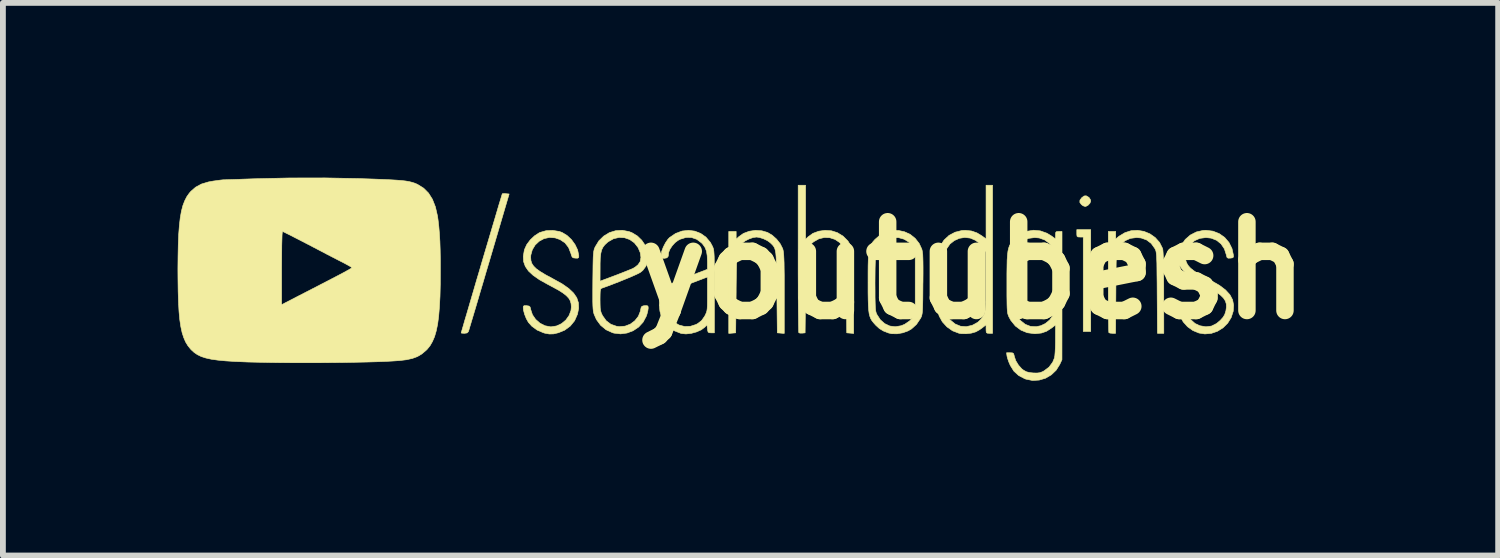
<source format=kicad_pcb>
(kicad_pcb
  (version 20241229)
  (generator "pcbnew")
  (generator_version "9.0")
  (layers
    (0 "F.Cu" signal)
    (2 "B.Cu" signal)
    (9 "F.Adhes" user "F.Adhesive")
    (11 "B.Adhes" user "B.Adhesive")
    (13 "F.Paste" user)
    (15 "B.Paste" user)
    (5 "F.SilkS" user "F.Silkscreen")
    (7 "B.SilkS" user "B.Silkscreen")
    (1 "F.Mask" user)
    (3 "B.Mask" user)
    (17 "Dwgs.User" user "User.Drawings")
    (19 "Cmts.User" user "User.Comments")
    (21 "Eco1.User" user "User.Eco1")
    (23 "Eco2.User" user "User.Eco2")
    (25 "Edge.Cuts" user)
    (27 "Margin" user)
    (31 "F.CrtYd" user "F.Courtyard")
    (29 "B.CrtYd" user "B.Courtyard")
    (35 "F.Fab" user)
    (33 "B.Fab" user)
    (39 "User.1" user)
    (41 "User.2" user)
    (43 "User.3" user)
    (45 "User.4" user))
  (footprint "youtubesh"
    (layer "F.Cu")
    (at 13.643 1.592)
    (property "Reference" "youtubesh" (at 0 0 0) (layer "F.SilkS") (effects (font (size 1.524 1.524) (thickness 0.3))))
    (attr through_hole)
    (fp_poly (pts (xy 2.035 1.049) (xy 1.907 1.049) (xy 1.907 -0.572) (xy 1.852 -0.572) (xy 1.816 -0.574) (xy 1.8 -0.586) (xy 1.796 -0.617) (xy 1.796 -0.636) (xy 1.796 -0.699) (xy 2.035 -0.699) (xy 2.035 1.049)) (stroke (width 0.01) (type solid)) (fill yes) (layer "F.SilkS"))
    (fp_poly (pts (xy 1.959 -1.279) (xy 2.005 -1.252) (xy 2.031 -1.211) (xy 2.035 -1.189) (xy 2.021 -1.152) (xy 1.989 -1.118) (xy 1.951 -1.098) (xy 1.939 -1.097) (xy 1.905 -1.108) (xy 1.876 -1.129) (xy 1.848 -1.167) (xy 1.85 -1.205) (xy 1.881 -1.247) (xy 1.884 -1.249) (xy 1.921 -1.277) (xy 1.956 -1.28) (xy 1.959 -1.279)) (stroke (width 0.01) (type solid)) (fill yes) (layer "F.SilkS"))
    (fp_poly (pts (xy -8.013 -1.317) (xy -8.006 -1.316) (xy -7.951 -1.311) (xy -8.295 -0.143) (xy -8.351 0.044) (xy -8.403 0.222) (xy -8.453 0.389) (xy -8.498 0.543) (xy -8.539 0.681) (xy -8.575 0.801) (xy -8.605 0.901) (xy -8.628 0.977) (xy -8.643 1.029) (xy -8.651 1.052) (xy -8.651 1.053) (xy -8.674 1.075) (xy -8.718 1.081) (xy -8.755 1.079) (xy -8.773 1.076) (xy -8.774 1.075) (xy -8.77 1.058) (xy -8.757 1.014) (xy -8.737 0.945) (xy -8.711 0.854) (xy -8.678 0.744) (xy -8.641 0.618) (xy -8.6 0.478) (xy -8.556 0.328) (xy -8.51 0.17) (xy -8.461 0.006) (xy -8.413 -0.159) (xy -8.364 -0.324) (xy -8.316 -0.485) (xy -8.27 -0.64) (xy -8.227 -0.785) (xy -8.187 -0.919) (xy -8.152 -1.038) (xy -8.122 -1.14) (xy -8.097 -1.221) (xy -8.08 -1.278) (xy -8.07 -1.31) (xy -8.068 -1.315) (xy -8.05 -1.318) (xy -8.013 -1.317)) (stroke (width 0.01) (type solid)) (fill yes) (layer "F.SilkS"))
    (fp_poly (pts (xy -3.611 -0.679) (xy -3.515 -0.651) (xy -3.435 -0.604) (xy -3.359 -0.536) (xy -3.297 -0.457) (xy -3.255 -0.375) (xy -3.251 -0.362) (xy -3.245 -0.337) (xy -3.24 -0.304) (xy -3.236 -0.26) (xy -3.233 -0.202) (xy -3.23 -0.128) (xy -3.229 -0.034) (xy -3.227 0.082) (xy -3.227 0.224) (xy -3.227 0.395) (xy -3.227 1.083) (xy -3.286 1.078) (xy -3.346 1.073) (xy -3.354 0.374) (xy -3.356 0.201) (xy -3.358 0.057) (xy -3.36 -0.062) (xy -3.363 -0.157) (xy -3.367 -0.233) (xy -3.372 -0.292) (xy -3.38 -0.338) (xy -3.389 -0.373) (xy -3.402 -0.4) (xy -3.417 -0.423) (xy -3.436 -0.444) (xy -3.46 -0.467) (xy -3.467 -0.474) (xy -3.518 -0.511) (xy -3.585 -0.543) (xy -3.654 -0.565) (xy -3.704 -0.572) (xy -3.764 -0.563) (xy -3.834 -0.538) (xy -3.899 -0.505) (xy -3.94 -0.474) (xy -3.964 -0.45) (xy -3.984 -0.429) (xy -4.001 -0.407) (xy -4.014 -0.381) (xy -4.025 -0.349) (xy -4.033 -0.307) (xy -4.039 -0.252) (xy -4.043 -0.182) (xy -4.046 -0.092) (xy -4.049 0.019) (xy -4.051 0.155) (xy -4.053 0.318) (xy -4.053 0.374) (xy -4.061 1.073) (xy -4.121 1.078) (xy -4.18 1.083) (xy -4.18 -0.668) (xy -4.053 -0.668) (xy -4.053 -0.534) (xy -4.009 -0.576) (xy -3.928 -0.634) (xy -3.829 -0.671) (xy -3.72 -0.687) (xy -3.611 -0.679)) (stroke (width 0.01) (type solid)) (fill yes) (layer "F.SilkS"))
    (fp_poly (pts (xy -2.861 -0.534) (xy -2.817 -0.576) (xy -2.735 -0.635) (xy -2.635 -0.672) (xy -2.526 -0.687) (xy -2.416 -0.679) (xy -2.315 -0.647) (xy -2.216 -0.586) (xy -2.134 -0.504) (xy -2.076 -0.409) (xy -2.067 -0.388) (xy -2.059 -0.365) (xy -2.053 -0.342) (xy -2.047 -0.315) (xy -2.043 -0.281) (xy -2.04 -0.236) (xy -2.038 -0.178) (xy -2.036 -0.103) (xy -2.035 -0.008) (xy -2.035 0.109) (xy -2.035 0.253) (xy -2.035 0.391) (xy -2.035 1.083) (xy -2.094 1.078) (xy -2.154 1.073) (xy -2.162 0.374) (xy -2.17 -0.326) (xy -2.214 -0.401) (xy -2.276 -0.478) (xy -2.355 -0.531) (xy -2.444 -0.56) (xy -2.539 -0.564) (xy -2.632 -0.542) (xy -2.719 -0.493) (xy -2.733 -0.482) (xy -2.761 -0.458) (xy -2.784 -0.437) (xy -2.803 -0.416) (xy -2.818 -0.391) (xy -2.83 -0.359) (xy -2.839 -0.318) (xy -2.846 -0.264) (xy -2.85 -0.195) (xy -2.854 -0.107) (xy -2.856 0.002) (xy -2.858 0.136) (xy -2.86 0.297) (xy -2.861 0.374) (xy -2.869 1.073) (xy -2.917 1.078) (xy -2.955 1.078) (xy -2.977 1.071) (xy -2.979 1.054) (xy -2.98 1.007) (xy -2.982 0.933) (xy -2.983 0.835) (xy -2.985 0.715) (xy -2.986 0.575) (xy -2.987 0.418) (xy -2.987 0.246) (xy -2.988 0.061) (xy -2.988 -0.134) (xy -2.988 -0.201) (xy -2.988 -1.462) (xy -2.861 -1.462) (xy -2.861 -0.534)) (stroke (width 0.01) (type solid)) (fill yes) (layer "F.SilkS"))
    (fp_poly (pts (xy 2.949 -0.669) (xy 3.051 -0.627) (xy 3.142 -0.563) (xy 3.217 -0.479) (xy 3.269 -0.376) (xy 3.274 -0.351) (xy 3.278 -0.302) (xy 3.282 -0.228) (xy 3.285 -0.129) (xy 3.287 -0.003) (xy 3.288 0.152) (xy 3.289 0.338) (xy 3.289 0.378) (xy 3.29 1.081) (xy 3.181 1.081) (xy 3.176 0.385) (xy 3.175 0.218) (xy 3.173 0.08) (xy 3.172 -0.032) (xy 3.171 -0.122) (xy 3.168 -0.192) (xy 3.166 -0.246) (xy 3.162 -0.286) (xy 3.158 -0.316) (xy 3.153 -0.338) (xy 3.146 -0.355) (xy 3.138 -0.371) (xy 3.137 -0.374) (xy 3.074 -0.462) (xy 2.995 -0.522) (xy 2.9 -0.556) (xy 2.821 -0.563) (xy 2.715 -0.549) (xy 2.624 -0.508) (xy 2.549 -0.44) (xy 2.506 -0.374) (xy 2.498 -0.357) (xy 2.491 -0.34) (xy 2.485 -0.319) (xy 2.481 -0.291) (xy 2.477 -0.252) (xy 2.475 -0.201) (xy 2.472 -0.133) (xy 2.471 -0.046) (xy 2.469 0.063) (xy 2.468 0.198) (xy 2.467 0.361) (xy 2.467 0.385) (xy 2.462 1.081) (xy 2.41 1.081) (xy 2.371 1.078) (xy 2.348 1.071) (xy 2.347 1.07) (xy 2.345 1.053) (xy 2.343 1.006) (xy 2.342 0.934) (xy 2.34 0.839) (xy 2.339 0.724) (xy 2.338 0.591) (xy 2.337 0.445) (xy 2.337 0.287) (xy 2.337 0.196) (xy 2.337 -0.668) (xy 2.464 -0.668) (xy 2.464 -0.539) (xy 2.523 -0.587) (xy 2.623 -0.647) (xy 2.73 -0.681) (xy 2.84 -0.687) (xy 2.949 -0.669)) (stroke (width 0.01) (type solid)) (fill yes) (layer "F.SilkS"))
    (fp_poly (pts (xy 0.35 1.081) (xy 0.294 1.081) (xy 0.26 1.079) (xy 0.244 1.069) (xy 0.239 1.042) (xy 0.238 1.008) (xy 0.238 0.935) (xy 0.176 0.984) (xy 0.126 1.02) (xy 0.074 1.049) (xy 0.058 1.057) (xy -0.015 1.078) (xy -0.101 1.088) (xy -0.185 1.087) (xy -0.227 1.08) (xy -0.337 1.038) (xy -0.434 0.97) (xy -0.513 0.883) (xy -0.566 0.786) (xy -0.574 0.762) (xy -0.581 0.735) (xy -0.586 0.703) (xy -0.59 0.66) (xy -0.593 0.604) (xy -0.594 0.531) (xy -0.595 0.436) (xy -0.596 0.317) (xy -0.596 0.191) (xy -0.596 0.185) (xy -0.477 0.185) (xy -0.477 0.301) (xy -0.476 0.414) (xy -0.473 0.517) (xy -0.47 0.605) (xy -0.466 0.673) (xy -0.461 0.716) (xy -0.459 0.722) (xy -0.439 0.768) (xy -0.403 0.821) (xy -0.376 0.853) (xy -0.293 0.921) (xy -0.201 0.959) (xy -0.103 0.967) (xy -0.004 0.945) (xy 0.016 0.936) (xy 0.097 0.891) (xy 0.157 0.833) (xy 0.196 0.771) (xy 0.206 0.752) (xy 0.213 0.733) (xy 0.219 0.708) (xy 0.223 0.676) (xy 0.226 0.631) (xy 0.229 0.572) (xy 0.23 0.492) (xy 0.23 0.39) (xy 0.23 0.262) (xy 0.23 0.197) (xy 0.23 -0.312) (xy 0.182 -0.39) (xy 0.121 -0.465) (xy 0.056 -0.516) (xy -0.033 -0.554) (xy -0.128 -0.565) (xy -0.221 -0.55) (xy -0.308 -0.511) (xy -0.382 -0.452) (xy -0.437 -0.373) (xy -0.459 -0.319) (xy -0.464 -0.284) (xy -0.469 -0.223) (xy -0.472 -0.14) (xy -0.475 -0.041) (xy -0.476 0.069) (xy -0.477 0.185) (xy -0.596 0.185) (xy -0.596 -0.326) (xy -0.551 -0.417) (xy -0.484 -0.519) (xy -0.397 -0.6) (xy -0.293 -0.655) (xy -0.177 -0.684) (xy -0.117 -0.687) (xy -0.013 -0.676) (xy 0.08 -0.644) (xy 0.163 -0.594) (xy 0.238 -0.54) (xy 0.238 -1.462) (xy 0.35 -1.462) (xy 0.35 1.081)) (stroke (width 0.01) (type solid)) (fill yes) (layer "F.SilkS"))
    (fp_poly (pts (xy 4.133 -0.673) (xy 4.241 -0.631) (xy 4.335 -0.565) (xy 4.409 -0.478) (xy 4.461 -0.373) (xy 4.485 -0.262) (xy 4.486 -0.23) (xy 4.472 -0.216) (xy 4.436 -0.21) (xy 4.433 -0.21) (xy 4.395 -0.209) (xy 4.376 -0.22) (xy 4.366 -0.253) (xy 4.364 -0.265) (xy 4.33 -0.37) (xy 4.273 -0.454) (xy 4.197 -0.516) (xy 4.103 -0.553) (xy 4.013 -0.563) (xy 3.907 -0.549) (xy 3.816 -0.508) (xy 3.744 -0.442) (xy 3.691 -0.354) (xy 3.664 -0.258) (xy 3.661 -0.205) (xy 3.672 -0.155) (xy 3.688 -0.117) (xy 3.713 -0.077) (xy 3.75 -0.037) (xy 3.803 0.005) (xy 3.873 0.052) (xy 3.967 0.105) (xy 4.085 0.168) (xy 4.112 0.181) (xy 4.246 0.258) (xy 4.35 0.337) (xy 4.425 0.419) (xy 4.471 0.506) (xy 4.489 0.599) (xy 4.482 0.701) (xy 4.482 0.702) (xy 4.446 0.812) (xy 4.386 0.908) (xy 4.306 0.987) (xy 4.211 1.046) (xy 4.106 1.082) (xy 3.995 1.092) (xy 3.893 1.076) (xy 3.789 1.033) (xy 3.698 0.968) (xy 3.624 0.886) (xy 3.572 0.793) (xy 3.547 0.694) (xy 3.545 0.657) (xy 3.547 0.621) (xy 3.562 0.607) (xy 3.598 0.604) (xy 3.634 0.607) (xy 3.652 0.623) (xy 3.663 0.66) (xy 3.663 0.663) (xy 3.696 0.761) (xy 3.752 0.846) (xy 3.826 0.912) (xy 3.909 0.951) (xy 4.013 0.969) (xy 4.108 0.957) (xy 4.196 0.913) (xy 4.26 0.859) (xy 4.307 0.807) (xy 4.336 0.759) (xy 4.354 0.702) (xy 4.356 0.696) (xy 4.365 0.633) (xy 4.363 0.577) (xy 4.347 0.525) (xy 4.314 0.475) (xy 4.263 0.425) (xy 4.19 0.371) (xy 4.093 0.312) (xy 3.97 0.245) (xy 3.897 0.206) (xy 3.797 0.148) (xy 3.707 0.082) (xy 3.633 0.015) (xy 3.582 -0.05) (xy 3.569 -0.073) (xy 3.55 -0.141) (xy 3.545 -0.226) (xy 3.555 -0.316) (xy 3.578 -0.401) (xy 3.593 -0.435) (xy 3.658 -0.53) (xy 3.745 -0.606) (xy 3.848 -0.659) (xy 3.963 -0.685) (xy 4.013 -0.688) (xy 4.133 -0.673)) (stroke (width 0.01) (type solid)) (fill yes) (layer "F.SilkS"))
    (fp_poly (pts (xy -7.091 -0.668) (xy -7.043 -0.651) (xy -6.958 -0.6) (xy -6.881 -0.528) (xy -6.819 -0.442) (xy -6.775 -0.35) (xy -6.756 -0.258) (xy -6.755 -0.243) (xy -6.759 -0.218) (xy -6.776 -0.209) (xy -6.813 -0.21) (xy -6.849 -0.215) (xy -6.869 -0.229) (xy -6.882 -0.261) (xy -6.89 -0.289) (xy -6.93 -0.392) (xy -6.992 -0.472) (xy -7.076 -0.528) (xy -7.162 -0.558) (xy -7.259 -0.565) (xy -7.352 -0.545) (xy -7.435 -0.5) (xy -7.504 -0.435) (xy -7.553 -0.354) (xy -7.579 -0.261) (xy -7.581 -0.223) (xy -7.577 -0.168) (xy -7.562 -0.12) (xy -7.532 -0.074) (xy -7.486 -0.028) (xy -7.419 0.02) (xy -7.33 0.074) (xy -7.215 0.136) (xy -7.18 0.155) (xy -7.038 0.234) (xy -6.927 0.312) (xy -6.844 0.391) (xy -6.789 0.472) (xy -6.761 0.558) (xy -6.757 0.65) (xy -6.777 0.751) (xy -6.778 0.754) (xy -6.827 0.865) (xy -6.901 0.956) (xy -6.997 1.027) (xy -7.104 1.071) (xy -7.188 1.091) (xy -7.261 1.093) (xy -7.338 1.079) (xy -7.366 1.07) (xy -7.471 1.025) (xy -7.561 0.959) (xy -7.62 0.893) (xy -7.656 0.829) (xy -7.686 0.754) (xy -7.705 0.681) (xy -7.709 0.64) (xy -7.706 0.615) (xy -7.689 0.606) (xy -7.65 0.607) (xy -7.65 0.607) (xy -7.61 0.613) (xy -7.591 0.63) (xy -7.581 0.667) (xy -7.581 0.671) (xy -7.551 0.762) (xy -7.496 0.842) (xy -7.422 0.907) (xy -7.336 0.951) (xy -7.242 0.969) (xy -7.232 0.97) (xy -7.138 0.955) (xy -7.051 0.915) (xy -6.977 0.853) (xy -6.922 0.776) (xy -6.889 0.689) (xy -6.883 0.629) (xy -6.887 0.573) (xy -6.901 0.523) (xy -6.928 0.477) (xy -6.971 0.432) (xy -7.032 0.385) (xy -7.116 0.333) (xy -7.225 0.274) (xy -7.287 0.241) (xy -7.427 0.163) (xy -7.537 0.087) (xy -7.619 0.011) (xy -7.673 -0.067) (xy -7.703 -0.151) (xy -7.708 -0.241) (xy -7.691 -0.341) (xy -7.685 -0.362) (xy -7.648 -0.443) (xy -7.588 -0.523) (xy -7.514 -0.593) (xy -7.434 -0.645) (xy -7.421 -0.651) (xy -7.316 -0.681) (xy -7.202 -0.686) (xy -7.091 -0.668)) (stroke (width 0.01) (type solid)) (fill yes) (layer "F.SilkS"))
    (fp_poly (pts (xy -1.162 -0.662) (xy -1.064 -0.617) (xy -0.979 -0.549) (xy -0.91 -0.461) (xy -0.866 -0.366) (xy -0.859 -0.34) (xy -0.854 -0.309) (xy -0.849 -0.269) (xy -0.847 -0.216) (xy -0.845 -0.147) (xy -0.844 -0.057) (xy -0.844 0.056) (xy -0.845 0.196) (xy -0.846 0.233) (xy -0.847 0.376) (xy -0.848 0.491) (xy -0.85 0.581) (xy -0.852 0.65) (xy -0.855 0.702) (xy -0.859 0.74) (xy -0.865 0.769) (xy -0.871 0.791) (xy -0.88 0.81) (xy -0.886 0.822) (xy -0.957 0.928) (xy -1.043 1.006) (xy -1.102 1.04) (xy -1.191 1.072) (xy -1.288 1.089) (xy -1.381 1.088) (xy -1.438 1.075) (xy -1.525 1.041) (xy -1.594 0.999) (xy -1.656 0.942) (xy -1.663 0.934) (xy -1.695 0.898) (xy -1.722 0.864) (xy -1.742 0.829) (xy -1.758 0.788) (xy -1.77 0.739) (xy -1.778 0.677) (xy -1.783 0.599) (xy -1.786 0.501) (xy -1.788 0.379) (xy -1.788 0.229) (xy -1.788 0.215) (xy -1.669 0.215) (xy -1.668 0.352) (xy -1.668 0.461) (xy -1.666 0.546) (xy -1.664 0.611) (xy -1.661 0.659) (xy -1.657 0.694) (xy -1.651 0.721) (xy -1.643 0.743) (xy -1.638 0.755) (xy -1.578 0.848) (xy -1.502 0.915) (xy -1.415 0.956) (xy -1.319 0.968) (xy -1.219 0.951) (xy -1.159 0.926) (xy -1.073 0.867) (xy -1.025 0.813) (xy -0.978 0.744) (xy -0.978 -0.344) (xy -1.021 -0.41) (xy -1.088 -0.485) (xy -1.17 -0.535) (xy -1.262 -0.561) (xy -1.357 -0.562) (xy -1.45 -0.537) (xy -1.536 -0.486) (xy -1.586 -0.438) (xy -1.621 -0.39) (xy -1.647 -0.336) (xy -1.652 -0.322) (xy -1.657 -0.289) (xy -1.661 -0.226) (xy -1.664 -0.139) (xy -1.667 -0.03) (xy -1.668 0.097) (xy -1.669 0.215) (xy -1.788 0.215) (xy -1.788 0.199) (xy -1.788 0.044) (xy -1.787 -0.083) (xy -1.784 -0.185) (xy -1.779 -0.266) (xy -1.772 -0.33) (xy -1.761 -0.381) (xy -1.747 -0.423) (xy -1.728 -0.458) (xy -1.704 -0.491) (xy -1.674 -0.525) (xy -1.672 -0.528) (xy -1.582 -0.606) (xy -1.482 -0.658) (xy -1.375 -0.683) (xy -1.267 -0.685) (xy -1.162 -0.662)) (stroke (width 0.01) (type solid)) (fill yes) (layer "F.SilkS"))
    (fp_poly (pts (xy -5.894 -0.666) (xy -5.843 -0.647) (xy -5.749 -0.59) (xy -5.674 -0.517) (xy -5.617 -0.433) (xy -5.581 -0.341) (xy -5.565 -0.248) (xy -5.572 -0.156) (xy -5.602 -0.072) (xy -5.656 0.001) (xy -5.698 0.035) (xy -5.731 0.053) (xy -5.789 0.08) (xy -5.866 0.114) (xy -5.958 0.152) (xy -6.059 0.193) (xy -6.165 0.234) (xy -6.27 0.274) (xy -6.362 0.307) (xy -6.374 0.315) (xy -6.382 0.332) (xy -6.387 0.363) (xy -6.389 0.414) (xy -6.39 0.491) (xy -6.39 0.506) (xy -6.389 0.589) (xy -6.387 0.648) (xy -6.381 0.691) (xy -6.371 0.726) (xy -6.355 0.762) (xy -6.345 0.781) (xy -6.284 0.866) (xy -6.204 0.926) (xy -6.107 0.96) (xy -6.059 0.966) (xy -5.96 0.958) (xy -5.869 0.923) (xy -5.792 0.865) (xy -5.732 0.789) (xy -5.697 0.7) (xy -5.694 0.683) (xy -5.685 0.639) (xy -5.671 0.618) (xy -5.645 0.609) (xy -5.622 0.607) (xy -5.584 0.606) (xy -5.567 0.615) (xy -5.563 0.642) (xy -5.563 0.65) (xy -5.569 0.692) (xy -5.583 0.748) (xy -5.597 0.789) (xy -5.651 0.89) (xy -5.727 0.973) (xy -5.821 1.036) (xy -5.926 1.076) (xy -6.037 1.091) (xy -6.15 1.078) (xy -6.175 1.071) (xy -6.287 1.02) (xy -6.38 0.943) (xy -6.452 0.845) (xy -6.492 0.754) (xy -6.5 0.727) (xy -6.506 0.696) (xy -6.51 0.656) (xy -6.513 0.604) (xy -6.515 0.535) (xy -6.515 0.447) (xy -6.515 0.335) (xy -6.514 0.195) (xy -6.514 0.186) (xy -6.39 0.186) (xy -6.123 0.086) (xy -6.035 0.052) (xy -5.954 0.02) (xy -5.887 -0.007) (xy -5.84 -0.026) (xy -5.819 -0.036) (xy -5.781 -0.06) (xy -5.74 -0.094) (xy -5.736 -0.098) (xy -5.7 -0.152) (xy -5.688 -0.222) (xy -5.699 -0.302) (xy -5.735 -0.387) (xy -5.738 -0.393) (xy -5.801 -0.473) (xy -5.88 -0.529) (xy -5.969 -0.56) (xy -6.064 -0.565) (xy -6.159 -0.543) (xy -6.247 -0.493) (xy -6.264 -0.48) (xy -6.308 -0.439) (xy -6.34 -0.397) (xy -6.363 -0.35) (xy -6.377 -0.291) (xy -6.386 -0.215) (xy -6.389 -0.116) (xy -6.389 -0.054) (xy -6.39 0.186) (xy -6.514 0.186) (xy -6.514 0.174) (xy -6.512 0.034) (xy -6.511 -0.077) (xy -6.509 -0.165) (xy -6.507 -0.232) (xy -6.503 -0.283) (xy -6.499 -0.321) (xy -6.493 -0.35) (xy -6.486 -0.374) (xy -6.476 -0.397) (xy -6.472 -0.405) (xy -6.409 -0.508) (xy -6.326 -0.589) (xy -6.229 -0.648) (xy -6.121 -0.681) (xy -6.008 -0.688) (xy -5.894 -0.666)) (stroke (width 0.01) (type solid)) (fill yes) (layer "F.SilkS"))
    (fp_poly (pts (xy -4.762 -0.673) (xy -4.661 -0.633) (xy -4.571 -0.569) (xy -4.496 -0.48) (xy -4.461 -0.415) (xy -4.453 -0.397) (xy -4.446 -0.378) (xy -4.44 -0.355) (xy -4.436 -0.326) (xy -4.433 -0.287) (xy -4.43 -0.235) (xy -4.429 -0.167) (xy -4.428 -0.08) (xy -4.427 0.028) (xy -4.427 0.162) (xy -4.427 0.323) (xy -4.427 0.366) (xy -4.427 1.073) (xy -4.482 1.073) (xy -4.517 1.071) (xy -4.535 1.059) (xy -4.543 1.029) (xy -4.546 1.004) (xy -4.554 0.935) (xy -4.591 0.975) (xy -4.652 1.021) (xy -4.733 1.057) (xy -4.824 1.082) (xy -4.915 1.092) (xy -4.995 1.084) (xy -4.999 1.083) (xy -5.118 1.036) (xy -5.217 0.967) (xy -5.293 0.878) (xy -5.339 0.789) (xy -5.362 0.7) (xy -5.372 0.601) (xy -5.37 0.523) (xy -5.243 0.523) (xy -5.243 0.597) (xy -5.243 0.604) (xy -5.239 0.675) (xy -5.232 0.725) (xy -5.22 0.762) (xy -5.2 0.797) (xy -5.19 0.813) (xy -5.119 0.889) (xy -5.034 0.939) (xy -4.938 0.964) (xy -4.839 0.961) (xy -4.743 0.93) (xy -4.711 0.913) (xy -4.646 0.862) (xy -4.598 0.794) (xy -4.59 0.781) (xy -4.575 0.75) (xy -4.563 0.722) (xy -4.555 0.693) (xy -4.55 0.655) (xy -4.547 0.604) (xy -4.546 0.534) (xy -4.546 0.44) (xy -4.546 0.405) (xy -4.546 0.114) (xy -4.808 0.214) (xy -4.939 0.266) (xy -5.043 0.31) (xy -5.121 0.347) (xy -5.177 0.38) (xy -5.213 0.409) (xy -5.231 0.431) (xy -5.239 0.465) (xy -5.243 0.523) (xy -5.37 0.523) (xy -5.37 0.503) (xy -5.353 0.418) (xy -5.342 0.388) (xy -5.326 0.356) (xy -5.306 0.327) (xy -5.281 0.3) (xy -5.246 0.274) (xy -5.198 0.246) (xy -5.136 0.215) (xy -5.054 0.18) (xy -4.952 0.138) (xy -4.825 0.089) (xy -4.701 0.041) (xy -4.546 -0.018) (xy -4.546 -0.148) (xy -4.55 -0.25) (xy -4.562 -0.328) (xy -4.586 -0.391) (xy -4.623 -0.445) (xy -4.647 -0.471) (xy -4.729 -0.533) (xy -4.819 -0.564) (xy -4.914 -0.565) (xy -5.012 -0.535) (xy -5.052 -0.514) (xy -5.102 -0.476) (xy -5.15 -0.423) (xy -5.188 -0.366) (xy -5.21 -0.314) (xy -5.214 -0.292) (xy -5.22 -0.241) (xy -5.242 -0.215) (xy -5.284 -0.207) (xy -5.287 -0.207) (xy -5.322 -0.209) (xy -5.337 -0.222) (xy -5.341 -0.254) (xy -5.341 -0.268) (xy -5.331 -0.327) (xy -5.304 -0.399) (xy -5.267 -0.471) (xy -5.224 -0.534) (xy -5.193 -0.566) (xy -5.09 -0.635) (xy -4.981 -0.675) (xy -4.87 -0.687) (xy -4.762 -0.673)) (stroke (width 0.01) (type solid)) (fill yes) (layer "F.SilkS"))
    (fp_poly (pts (xy 1.169 -0.678) (xy 1.282 -0.638) (xy 1.355 -0.594) (xy 1.431 -0.54) (xy 1.431 -0.604) (xy 1.432 -0.645) (xy 1.443 -0.663) (xy 1.47 -0.667) (xy 1.486 -0.668) (xy 1.542 -0.668) (xy 1.542 0.433) (xy 1.541 1.534) (xy 1.503 1.616) (xy 1.441 1.715) (xy 1.357 1.795) (xy 1.259 1.852) (xy 1.15 1.884) (xy 1.036 1.891) (xy 0.923 1.868) (xy 0.903 1.861) (xy 0.797 1.805) (xy 0.715 1.73) (xy 0.654 1.632) (xy 0.628 1.572) (xy 0.608 1.513) (xy 0.598 1.474) (xy 0.59 1.415) (xy 0.651 1.415) (xy 0.691 1.417) (xy 0.71 1.429) (xy 0.72 1.461) (xy 0.723 1.477) (xy 0.748 1.551) (xy 0.794 1.627) (xy 0.852 1.692) (xy 0.884 1.716) (xy 0.932 1.742) (xy 0.99 1.756) (xy 1.05 1.762) (xy 1.114 1.763) (xy 1.16 1.758) (xy 1.204 1.742) (xy 1.234 1.726) (xy 1.319 1.662) (xy 1.382 1.578) (xy 1.413 1.502) (xy 1.419 1.464) (xy 1.424 1.401) (xy 1.428 1.322) (xy 1.43 1.232) (xy 1.43 1.188) (xy 1.431 0.938) (xy 1.36 0.992) (xy 1.276 1.046) (xy 1.19 1.076) (xy 1.091 1.087) (xy 1.065 1.087) (xy 0.945 1.071) (xy 0.836 1.026) (xy 0.741 0.955) (xy 0.664 0.86) (xy 0.63 0.798) (xy 0.621 0.776) (xy 0.613 0.753) (xy 0.607 0.727) (xy 0.603 0.692) (xy 0.6 0.646) (xy 0.598 0.584) (xy 0.597 0.503) (xy 0.596 0.431) (xy 0.716 0.431) (xy 0.718 0.533) (xy 0.722 0.614) (xy 0.73 0.677) (xy 0.74 0.727) (xy 0.755 0.767) (xy 0.775 0.801) (xy 0.799 0.831) (xy 0.827 0.86) (xy 0.911 0.927) (xy 1.001 0.962) (xy 1.099 0.967) (xy 1.177 0.951) (xy 1.257 0.913) (xy 1.33 0.852) (xy 1.385 0.777) (xy 1.387 0.773) (xy 1.397 0.754) (xy 1.405 0.734) (xy 1.411 0.711) (xy 1.415 0.679) (xy 1.418 0.636) (xy 1.421 0.578) (xy 1.422 0.501) (xy 1.422 0.401) (xy 1.423 0.275) (xy 1.423 0.199) (xy 1.423 0.058) (xy 1.422 -0.055) (xy 1.421 -0.143) (xy 1.42 -0.211) (xy 1.417 -0.261) (xy 1.413 -0.299) (xy 1.408 -0.326) (xy 1.401 -0.347) (xy 1.393 -0.366) (xy 1.388 -0.374) (xy 1.325 -0.462) (xy 1.246 -0.522) (xy 1.151 -0.556) (xy 1.073 -0.563) (xy 0.966 -0.549) (xy 0.875 -0.508) (xy 0.801 -0.44) (xy 0.757 -0.374) (xy 0.747 -0.354) (xy 0.74 -0.332) (xy 0.734 -0.305) (xy 0.729 -0.27) (xy 0.725 -0.22) (xy 0.723 -0.154) (xy 0.721 -0.067) (xy 0.719 0.045) (xy 0.718 0.151) (xy 0.717 0.305) (xy 0.716 0.431) (xy 0.596 0.431) (xy 0.596 0.399) (xy 0.596 0.268) (xy 0.596 0.215) (xy 0.596 0.057) (xy 0.598 -0.073) (xy 0.6 -0.178) (xy 0.606 -0.262) (xy 0.614 -0.33) (xy 0.626 -0.383) (xy 0.642 -0.427) (xy 0.663 -0.464) (xy 0.69 -0.499) (xy 0.723 -0.535) (xy 0.738 -0.549) (xy 0.834 -0.625) (xy 0.941 -0.671) (xy 1.054 -0.689) (xy 1.169 -0.678)) (stroke (width 0.01) (type solid)) (fill yes) (layer "F.SilkS"))
    (fp_poly (pts (xy -10.494 -1.575) (xy -10.451 -1.573) (xy -10.269 -1.567) (xy -10.116 -1.561) (xy -9.988 -1.555) (xy -9.883 -1.549) (xy -9.796 -1.542) (xy -9.726 -1.534) (xy -9.668 -1.524) (xy -9.62 -1.512) (xy -9.578 -1.499) (xy -9.539 -1.483) (xy -9.522 -1.475) (xy -9.419 -1.411) (xy -9.335 -1.327) (xy -9.268 -1.22) (xy -9.217 -1.09) (xy -9.181 -0.933) (xy -9.171 -0.864) (xy -9.158 -0.75) (xy -9.148 -0.63) (xy -9.14 -0.498) (xy -9.135 -0.35) (xy -9.132 -0.18) (xy -9.132 0) (xy -9.133 0.239) (xy -9.138 0.448) (xy -9.148 0.631) (xy -9.161 0.789) (xy -9.179 0.925) (xy -9.203 1.041) (xy -9.232 1.14) (xy -9.268 1.223) (xy -9.309 1.294) (xy -9.358 1.355) (xy -9.381 1.377) (xy -9.451 1.436) (xy -9.525 1.48) (xy -9.611 1.512) (xy -9.716 1.535) (xy -9.832 1.549) (xy -9.932 1.556) (xy -10.059 1.563) (xy -10.211 1.569) (xy -10.383 1.574) (xy -10.573 1.578) (xy -10.776 1.582) (xy -10.989 1.584) (xy -11.207 1.586) (xy -11.428 1.586) (xy -11.648 1.586) (xy -11.862 1.585) (xy -12.068 1.582) (xy -12.262 1.578) (xy -12.439 1.574) (xy -12.462 1.573) (xy -12.652 1.565) (xy -12.814 1.555) (xy -12.95 1.542) (xy -13.064 1.526) (xy -13.159 1.505) (xy -13.237 1.48) (xy -13.303 1.448) (xy -13.359 1.41) (xy -13.409 1.364) (xy -13.422 1.35) (xy -13.467 1.294) (xy -13.506 1.23) (xy -13.538 1.156) (xy -13.566 1.07) (xy -13.588 0.968) (xy -13.606 0.849) (xy -13.619 0.71) (xy -13.628 0.548) (xy -13.634 0.361) (xy -13.637 0.146) (xy -13.638 -0.001) (xy -13.638 -0.039) (xy -11.858 -0.039) (xy -11.858 0.59) (xy -11.56 0.436) (xy -11.445 0.377) (xy -11.313 0.309) (xy -11.176 0.238) (xy -11.046 0.171) (xy -10.956 0.124) (xy -10.866 0.077) (xy -10.787 0.035) (xy -10.722 -0.001) (xy -10.675 -0.028) (xy -10.652 -0.043) (xy -10.65 -0.045) (xy -10.663 -0.056) (xy -10.699 -0.078) (xy -10.754 -0.108) (xy -10.82 -0.143) (xy -10.828 -0.147) (xy -10.891 -0.179) (xy -10.976 -0.223) (xy -11.077 -0.275) (xy -11.189 -0.334) (xy -11.306 -0.395) (xy -11.417 -0.453) (xy -11.523 -0.508) (xy -11.619 -0.557) (xy -11.702 -0.6) (xy -11.769 -0.633) (xy -11.817 -0.657) (xy -11.841 -0.667) (xy -11.843 -0.668) (xy -11.846 -0.652) (xy -11.85 -0.607) (xy -11.852 -0.534) (xy -11.855 -0.436) (xy -11.856 -0.315) (xy -11.857 -0.173) (xy -11.858 -0.039) (xy -13.638 -0.039) (xy -13.636 -0.235) (xy -13.632 -0.44) (xy -13.625 -0.617) (xy -13.613 -0.771) (xy -13.598 -0.903) (xy -13.578 -1.016) (xy -13.553 -1.112) (xy -13.522 -1.193) (xy -13.486 -1.264) (xy -13.443 -1.325) (xy -13.416 -1.356) (xy -13.334 -1.428) (xy -13.234 -1.482) (xy -13.114 -1.518) (xy -13.032 -1.533) (xy -12.964 -1.542) (xy -12.907 -1.55) (xy -12.869 -1.554) (xy -12.859 -1.555) (xy -12.838 -1.555) (xy -12.789 -1.557) (xy -12.716 -1.559) (xy -12.624 -1.562) (xy -12.516 -1.566) (xy -12.397 -1.57) (xy -12.342 -1.572) (xy -11.732 -1.586) (xy -11.11 -1.587) (xy -10.494 -1.575)) (stroke (width 0.01) (type solid)) (fill yes) (layer "F.SilkS")))
  (gr_rect
    (start -3 -3)
    (end 22.674 6.488)
    (stroke (width 0.1) (type default))
    (fill no)
    (layer "Edge.Cuts")))
</source>
